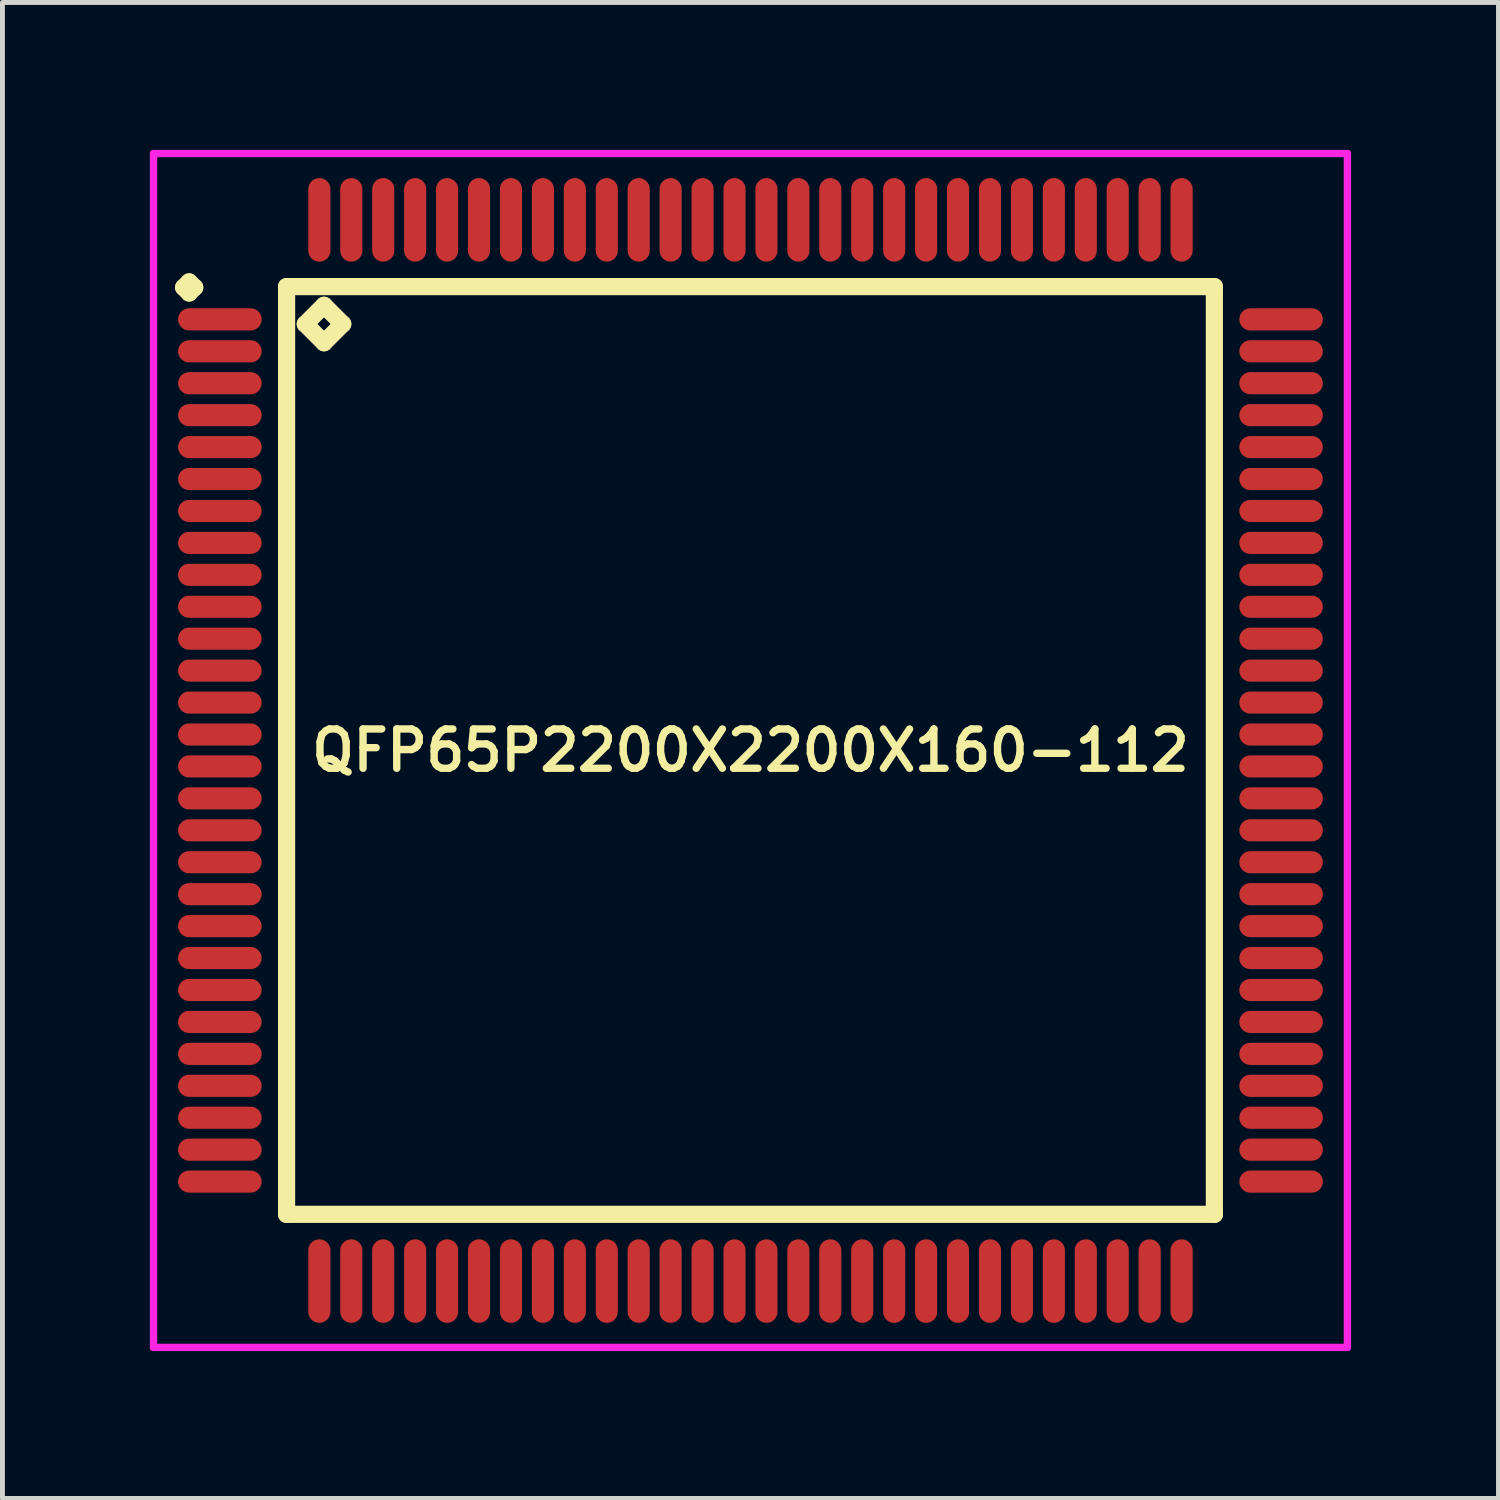
<source format=kicad_pcb>
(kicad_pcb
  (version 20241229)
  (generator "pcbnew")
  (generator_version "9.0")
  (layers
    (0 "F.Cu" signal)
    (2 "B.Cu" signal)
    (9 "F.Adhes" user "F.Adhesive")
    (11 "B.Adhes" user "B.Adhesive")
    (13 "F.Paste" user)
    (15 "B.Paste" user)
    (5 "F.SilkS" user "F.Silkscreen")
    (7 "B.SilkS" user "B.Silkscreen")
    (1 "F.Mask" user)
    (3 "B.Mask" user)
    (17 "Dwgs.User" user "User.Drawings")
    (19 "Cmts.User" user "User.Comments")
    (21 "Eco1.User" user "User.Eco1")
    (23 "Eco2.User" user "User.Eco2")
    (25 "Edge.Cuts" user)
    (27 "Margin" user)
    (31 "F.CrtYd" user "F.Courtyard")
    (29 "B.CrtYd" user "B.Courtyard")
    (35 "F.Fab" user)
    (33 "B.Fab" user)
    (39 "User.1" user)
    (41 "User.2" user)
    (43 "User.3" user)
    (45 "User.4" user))
  (footprint "QFP65P2200X2200X160-112"
    (layer "F.Cu")
    (at 12.225 12.225)
    (property "Reference" "QFP65P2200X2200X160-112" (at 0 0 0) (layer "F.SilkS") (effects (font (size 0.8 0.8) (thickness 0.15))))
    (attr through_hole)
    (fp_line (start -11.537 -9.425) (end -11.425 -9.537) (stroke (width 0.35) (type solid)) (layer "F.SilkS"))
    (fp_line (start -11.425 -9.537) (end -11.312 -9.425) (stroke (width 0.35) (type solid)) (layer "F.SilkS"))
    (fp_line (start -11.425 -9.312) (end -11.537 -9.425) (stroke (width 0.35) (type solid)) (layer "F.SilkS"))
    (fp_line (start -11.312 -9.425) (end -11.425 -9.312) (stroke (width 0.35) (type solid)) (layer "F.SilkS"))
    (fp_line (start -9.442 -9.442) (end -9.442 9.442) (stroke (width 0.35) (type solid)) (layer "F.SilkS"))
    (fp_line (start -9.442 9.442) (end 9.442 9.442) (stroke (width 0.35) (type solid)) (layer "F.SilkS"))
    (fp_line (start -9.061 -8.68) (end -8.68 -9.061) (stroke (width 0.35) (type solid)) (layer "F.SilkS"))
    (fp_line (start -8.68 -9.061) (end -8.299 -8.68) (stroke (width 0.35) (type solid)) (layer "F.SilkS"))
    (fp_line (start -8.68 -8.299) (end -9.061 -8.68) (stroke (width 0.35) (type solid)) (layer "F.SilkS"))
    (fp_line (start -8.299 -8.68) (end -8.68 -8.299) (stroke (width 0.35) (type solid)) (layer "F.SilkS"))
    (fp_line (start 9.442 -9.442) (end -9.442 -9.442) (stroke (width 0.35) (type solid)) (layer "F.SilkS"))
    (fp_line (start 9.442 9.442) (end 9.442 -9.442) (stroke (width 0.35) (type solid)) (layer "F.SilkS"))
    (fp_line (start -12.15 -12.15) (end 12.15 -12.15) (stroke (width 0.15) (type solid)) (layer "F.CrtYd"))
    (fp_line (start -12.15 12.15) (end -12.15 -12.15) (stroke (width 0.15) (type solid)) (layer "F.CrtYd"))
    (fp_line (start 12.15 -12.15) (end 12.15 12.15) (stroke (width 0.15) (type solid)) (layer "F.CrtYd"))
    (fp_line (start 12.15 12.15) (end -12.15 12.15) (stroke (width 0.15) (type solid)) (layer "F.CrtYd"))
    (pad "1" smd oval (at -10.8 -8.775) (size 1.7 0.45) (layers "F.Cu" "F.Mask" "F.Paste"))
    (pad "2" smd oval (at -10.8 -8.125) (size 1.7 0.45) (layers "F.Cu" "F.Mask" "F.Paste"))
    (pad "3" smd oval (at -10.8 -7.475) (size 1.7 0.45) (layers "F.Cu" "F.Mask" "F.Paste"))
    (pad "4" smd oval (at -10.8 -6.825) (size 1.7 0.45) (layers "F.Cu" "F.Mask" "F.Paste"))
    (pad "5" smd oval (at -10.8 -6.175) (size 1.7 0.45) (layers "F.Cu" "F.Mask" "F.Paste"))
    (pad "6" smd oval (at -10.8 -5.525) (size 1.7 0.45) (layers "F.Cu" "F.Mask" "F.Paste"))
    (pad "7" smd oval (at -10.8 -4.875) (size 1.7 0.45) (layers "F.Cu" "F.Mask" "F.Paste"))
    (pad "8" smd oval (at -10.8 -4.225) (size 1.7 0.45) (layers "F.Cu" "F.Mask" "F.Paste"))
    (pad "9" smd oval (at -10.8 -3.575) (size 1.7 0.45) (layers "F.Cu" "F.Mask" "F.Paste"))
    (pad "10" smd oval (at -10.8 -2.925) (size 1.7 0.45) (layers "F.Cu" "F.Mask" "F.Paste"))
    (pad "11" smd oval (at -10.8 -2.275) (size 1.7 0.45) (layers "F.Cu" "F.Mask" "F.Paste"))
    (pad "12" smd oval (at -10.8 -1.625) (size 1.7 0.45) (layers "F.Cu" "F.Mask" "F.Paste"))
    (pad "13" smd oval (at -10.8 -0.975) (size 1.7 0.45) (layers "F.Cu" "F.Mask" "F.Paste"))
    (pad "14" smd oval (at -10.8 -0.325) (size 1.7 0.45) (layers "F.Cu" "F.Mask" "F.Paste"))
    (pad "15" smd oval (at -10.8 0.325) (size 1.7 0.45) (layers "F.Cu" "F.Mask" "F.Paste"))
    (pad "16" smd oval (at -10.8 0.975) (size 1.7 0.45) (layers "F.Cu" "F.Mask" "F.Paste"))
    (pad "17" smd oval (at -10.8 1.625) (size 1.7 0.45) (layers "F.Cu" "F.Mask" "F.Paste"))
    (pad "18" smd oval (at -10.8 2.275) (size 1.7 0.45) (layers "F.Cu" "F.Mask" "F.Paste"))
    (pad "19" smd oval (at -10.8 2.925) (size 1.7 0.45) (layers "F.Cu" "F.Mask" "F.Paste"))
    (pad "20" smd oval (at -10.8 3.575) (size 1.7 0.45) (layers "F.Cu" "F.Mask" "F.Paste"))
    (pad "21" smd oval (at -10.8 4.225) (size 1.7 0.45) (layers "F.Cu" "F.Mask" "F.Paste"))
    (pad "22" smd oval (at -10.8 4.875) (size 1.7 0.45) (layers "F.Cu" "F.Mask" "F.Paste"))
    (pad "23" smd oval (at -10.8 5.525) (size 1.7 0.45) (layers "F.Cu" "F.Mask" "F.Paste"))
    (pad "24" smd oval (at -10.8 6.175) (size 1.7 0.45) (layers "F.Cu" "F.Mask" "F.Paste"))
    (pad "25" smd oval (at -10.8 6.825) (size 1.7 0.45) (layers "F.Cu" "F.Mask" "F.Paste"))
    (pad "26" smd oval (at -10.8 7.475) (size 1.7 0.45) (layers "F.Cu" "F.Mask" "F.Paste"))
    (pad "27" smd oval (at -10.8 8.125) (size 1.7 0.45) (layers "F.Cu" "F.Mask" "F.Paste"))
    (pad "28" smd oval (at -10.8 8.775) (size 1.7 0.45) (layers "F.Cu" "F.Mask" "F.Paste"))
    (pad "29" smd oval (at -8.775 10.8) (size 0.45 1.7) (layers "F.Cu" "F.Mask" "F.Paste"))
    (pad "30" smd oval (at -8.125 10.8) (size 0.45 1.7) (layers "F.Cu" "F.Mask" "F.Paste"))
    (pad "31" smd oval (at -7.475 10.8) (size 0.45 1.7) (layers "F.Cu" "F.Mask" "F.Paste"))
    (pad "32" smd oval (at -6.825 10.8) (size 0.45 1.7) (layers "F.Cu" "F.Mask" "F.Paste"))
    (pad "33" smd oval (at -6.175 10.8) (size 0.45 1.7) (layers "F.Cu" "F.Mask" "F.Paste"))
    (pad "34" smd oval (at -5.525 10.8) (size 0.45 1.7) (layers "F.Cu" "F.Mask" "F.Paste"))
    (pad "35" smd oval (at -4.875 10.8) (size 0.45 1.7) (layers "F.Cu" "F.Mask" "F.Paste"))
    (pad "36" smd oval (at -4.225 10.8) (size 0.45 1.7) (layers "F.Cu" "F.Mask" "F.Paste"))
    (pad "37" smd oval (at -3.575 10.8) (size 0.45 1.7) (layers "F.Cu" "F.Mask" "F.Paste"))
    (pad "38" smd oval (at -2.925 10.8) (size 0.45 1.7) (layers "F.Cu" "F.Mask" "F.Paste"))
    (pad "39" smd oval (at -2.275 10.8) (size 0.45 1.7) (layers "F.Cu" "F.Mask" "F.Paste"))
    (pad "40" smd oval (at -1.625 10.8) (size 0.45 1.7) (layers "F.Cu" "F.Mask" "F.Paste"))
    (pad "41" smd oval (at -0.975 10.8) (size 0.45 1.7) (layers "F.Cu" "F.Mask" "F.Paste"))
    (pad "42" smd oval (at -0.325 10.8) (size 0.45 1.7) (layers "F.Cu" "F.Mask" "F.Paste"))
    (pad "43" smd oval (at 0.325 10.8) (size 0.45 1.7) (layers "F.Cu" "F.Mask" "F.Paste"))
    (pad "44" smd oval (at 0.975 10.8) (size 0.45 1.7) (layers "F.Cu" "F.Mask" "F.Paste"))
    (pad "45" smd oval (at 1.625 10.8) (size 0.45 1.7) (layers "F.Cu" "F.Mask" "F.Paste"))
    (pad "46" smd oval (at 2.275 10.8) (size 0.45 1.7) (layers "F.Cu" "F.Mask" "F.Paste"))
    (pad "47" smd oval (at 2.925 10.8) (size 0.45 1.7) (layers "F.Cu" "F.Mask" "F.Paste"))
    (pad "48" smd oval (at 3.575 10.8) (size 0.45 1.7) (layers "F.Cu" "F.Mask" "F.Paste"))
    (pad "49" smd oval (at 4.225 10.8) (size 0.45 1.7) (layers "F.Cu" "F.Mask" "F.Paste"))
    (pad "50" smd oval (at 4.875 10.8) (size 0.45 1.7) (layers "F.Cu" "F.Mask" "F.Paste"))
    (pad "51" smd oval (at 5.525 10.8) (size 0.45 1.7) (layers "F.Cu" "F.Mask" "F.Paste"))
    (pad "52" smd oval (at 6.175 10.8) (size 0.45 1.7) (layers "F.Cu" "F.Mask" "F.Paste"))
    (pad "53" smd oval (at 6.825 10.8) (size 0.45 1.7) (layers "F.Cu" "F.Mask" "F.Paste"))
    (pad "54" smd oval (at 7.475 10.8) (size 0.45 1.7) (layers "F.Cu" "F.Mask" "F.Paste"))
    (pad "55" smd oval (at 8.125 10.8) (size 0.45 1.7) (layers "F.Cu" "F.Mask" "F.Paste"))
    (pad "56" smd oval (at 8.775 10.8) (size 0.45 1.7) (layers "F.Cu" "F.Mask" "F.Paste"))
    (pad "57" smd oval (at 10.8 8.775) (size 1.7 0.45) (layers "F.Cu" "F.Mask" "F.Paste"))
    (pad "58" smd oval (at 10.8 8.125) (size 1.7 0.45) (layers "F.Cu" "F.Mask" "F.Paste"))
    (pad "59" smd oval (at 10.8 7.475) (size 1.7 0.45) (layers "F.Cu" "F.Mask" "F.Paste"))
    (pad "60" smd oval (at 10.8 6.825) (size 1.7 0.45) (layers "F.Cu" "F.Mask" "F.Paste"))
    (pad "61" smd oval (at 10.8 6.175) (size 1.7 0.45) (layers "F.Cu" "F.Mask" "F.Paste"))
    (pad "62" smd oval (at 10.8 5.525) (size 1.7 0.45) (layers "F.Cu" "F.Mask" "F.Paste"))
    (pad "63" smd oval (at 10.8 4.875) (size 1.7 0.45) (layers "F.Cu" "F.Mask" "F.Paste"))
    (pad "64" smd oval (at 10.8 4.225) (size 1.7 0.45) (layers "F.Cu" "F.Mask" "F.Paste"))
    (pad "65" smd oval (at 10.8 3.575) (size 1.7 0.45) (layers "F.Cu" "F.Mask" "F.Paste"))
    (pad "66" smd oval (at 10.8 2.925) (size 1.7 0.45) (layers "F.Cu" "F.Mask" "F.Paste"))
    (pad "67" smd oval (at 10.8 2.275) (size 1.7 0.45) (layers "F.Cu" "F.Mask" "F.Paste"))
    (pad "68" smd oval (at 10.8 1.625) (size 1.7 0.45) (layers "F.Cu" "F.Mask" "F.Paste"))
    (pad "69" smd oval (at 10.8 0.975) (size 1.7 0.45) (layers "F.Cu" "F.Mask" "F.Paste"))
    (pad "70" smd oval (at 10.8 0.325) (size 1.7 0.45) (layers "F.Cu" "F.Mask" "F.Paste"))
    (pad "71" smd oval (at 10.8 -0.325) (size 1.7 0.45) (layers "F.Cu" "F.Mask" "F.Paste"))
    (pad "72" smd oval (at 10.8 -0.975) (size 1.7 0.45) (layers "F.Cu" "F.Mask" "F.Paste"))
    (pad "73" smd oval (at 10.8 -1.625) (size 1.7 0.45) (layers "F.Cu" "F.Mask" "F.Paste"))
    (pad "74" smd oval (at 10.8 -2.275) (size 1.7 0.45) (layers "F.Cu" "F.Mask" "F.Paste"))
    (pad "75" smd oval (at 10.8 -2.925) (size 1.7 0.45) (layers "F.Cu" "F.Mask" "F.Paste"))
    (pad "76" smd oval (at 10.8 -3.575) (size 1.7 0.45) (layers "F.Cu" "F.Mask" "F.Paste"))
    (pad "77" smd oval (at 10.8 -4.225) (size 1.7 0.45) (layers "F.Cu" "F.Mask" "F.Paste"))
    (pad "78" smd oval (at 10.8 -4.875) (size 1.7 0.45) (layers "F.Cu" "F.Mask" "F.Paste"))
    (pad "79" smd oval (at 10.8 -5.525) (size 1.7 0.45) (layers "F.Cu" "F.Mask" "F.Paste"))
    (pad "80" smd oval (at 10.8 -6.175) (size 1.7 0.45) (layers "F.Cu" "F.Mask" "F.Paste"))
    (pad "81" smd oval (at 10.8 -6.825) (size 1.7 0.45) (layers "F.Cu" "F.Mask" "F.Paste"))
    (pad "82" smd oval (at 10.8 -7.475) (size 1.7 0.45) (layers "F.Cu" "F.Mask" "F.Paste"))
    (pad "83" smd oval (at 10.8 -8.125) (size 1.7 0.45) (layers "F.Cu" "F.Mask" "F.Paste"))
    (pad "84" smd oval (at 10.8 -8.775) (size 1.7 0.45) (layers "F.Cu" "F.Mask" "F.Paste"))
    (pad "85" smd oval (at 8.775 -10.8) (size 0.45 1.7) (layers "F.Cu" "F.Mask" "F.Paste"))
    (pad "86" smd oval (at 8.125 -10.8) (size 0.45 1.7) (layers "F.Cu" "F.Mask" "F.Paste"))
    (pad "87" smd oval (at 7.475 -10.8) (size 0.45 1.7) (layers "F.Cu" "F.Mask" "F.Paste"))
    (pad "88" smd oval (at 6.825 -10.8) (size 0.45 1.7) (layers "F.Cu" "F.Mask" "F.Paste"))
    (pad "89" smd oval (at 6.175 -10.8) (size 0.45 1.7) (layers "F.Cu" "F.Mask" "F.Paste"))
    (pad "90" smd oval (at 5.525 -10.8) (size 0.45 1.7) (layers "F.Cu" "F.Mask" "F.Paste"))
    (pad "91" smd oval (at 4.875 -10.8) (size 0.45 1.7) (layers "F.Cu" "F.Mask" "F.Paste"))
    (pad "92" smd oval (at 4.225 -10.8) (size 0.45 1.7) (layers "F.Cu" "F.Mask" "F.Paste"))
    (pad "93" smd oval (at 3.575 -10.8) (size 0.45 1.7) (layers "F.Cu" "F.Mask" "F.Paste"))
    (pad "94" smd oval (at 2.925 -10.8) (size 0.45 1.7) (layers "F.Cu" "F.Mask" "F.Paste"))
    (pad "95" smd oval (at 2.275 -10.8) (size 0.45 1.7) (layers "F.Cu" "F.Mask" "F.Paste"))
    (pad "96" smd oval (at 1.625 -10.8) (size 0.45 1.7) (layers "F.Cu" "F.Mask" "F.Paste"))
    (pad "97" smd oval (at 0.975 -10.8) (size 0.45 1.7) (layers "F.Cu" "F.Mask" "F.Paste"))
    (pad "98" smd oval (at 0.325 -10.8) (size 0.45 1.7) (layers "F.Cu" "F.Mask" "F.Paste"))
    (pad "99" smd oval (at -0.325 -10.8) (size 0.45 1.7) (layers "F.Cu" "F.Mask" "F.Paste"))
    (pad "100" smd oval (at -0.975 -10.8) (size 0.45 1.7) (layers "F.Cu" "F.Mask" "F.Paste"))
    (pad "101" smd oval (at -1.625 -10.8) (size 0.45 1.7) (layers "F.Cu" "F.Mask" "F.Paste"))
    (pad "102" smd oval (at -2.275 -10.8) (size 0.45 1.7) (layers "F.Cu" "F.Mask" "F.Paste"))
    (pad "103" smd oval (at -2.925 -10.8) (size 0.45 1.7) (layers "F.Cu" "F.Mask" "F.Paste"))
    (pad "104" smd oval (at -3.575 -10.8) (size 0.45 1.7) (layers "F.Cu" "F.Mask" "F.Paste"))
    (pad "105" smd oval (at -4.225 -10.8) (size 0.45 1.7) (layers "F.Cu" "F.Mask" "F.Paste"))
    (pad "106" smd oval (at -4.875 -10.8) (size 0.45 1.7) (layers "F.Cu" "F.Mask" "F.Paste"))
    (pad "107" smd oval (at -5.525 -10.8) (size 0.45 1.7) (layers "F.Cu" "F.Mask" "F.Paste"))
    (pad "108" smd oval (at -6.175 -10.8) (size 0.45 1.7) (layers "F.Cu" "F.Mask" "F.Paste"))
    (pad "109" smd oval (at -6.825 -10.8) (size 0.45 1.7) (layers "F.Cu" "F.Mask" "F.Paste"))
    (pad "110" smd oval (at -7.475 -10.8) (size 0.45 1.7) (layers "F.Cu" "F.Mask" "F.Paste"))
    (pad "111" smd oval (at -8.125 -10.8) (size 0.45 1.7) (layers "F.Cu" "F.Mask" "F.Paste"))
    (pad "112" smd oval (at -8.775 -10.8) (size 0.45 1.7) (layers "F.Cu" "F.Mask" "F.Paste")))
  (gr_rect
    (start -3 -3)
    (end 27.45 27.45)
    (stroke (width 0.1) (type default))
    (fill no)
    (layer "Edge.Cuts")))
</source>
